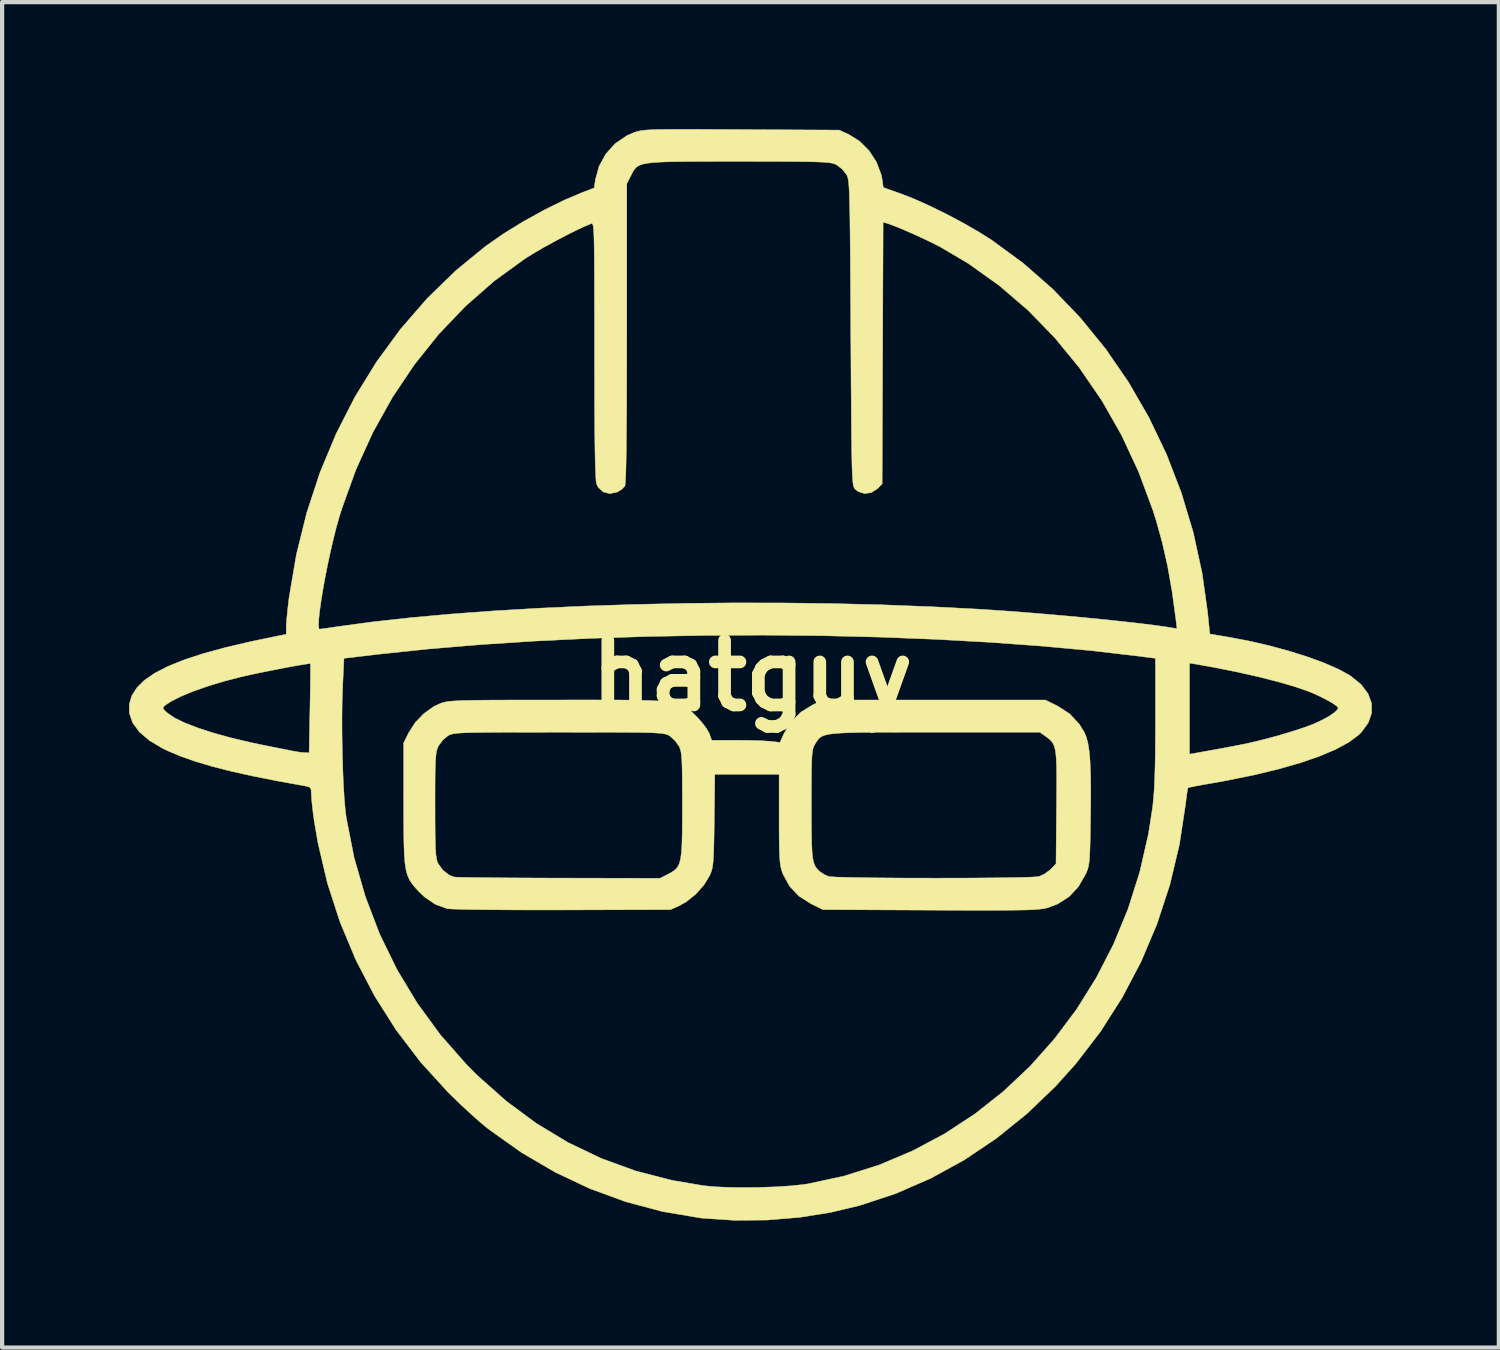
<source format=kicad_pcb>
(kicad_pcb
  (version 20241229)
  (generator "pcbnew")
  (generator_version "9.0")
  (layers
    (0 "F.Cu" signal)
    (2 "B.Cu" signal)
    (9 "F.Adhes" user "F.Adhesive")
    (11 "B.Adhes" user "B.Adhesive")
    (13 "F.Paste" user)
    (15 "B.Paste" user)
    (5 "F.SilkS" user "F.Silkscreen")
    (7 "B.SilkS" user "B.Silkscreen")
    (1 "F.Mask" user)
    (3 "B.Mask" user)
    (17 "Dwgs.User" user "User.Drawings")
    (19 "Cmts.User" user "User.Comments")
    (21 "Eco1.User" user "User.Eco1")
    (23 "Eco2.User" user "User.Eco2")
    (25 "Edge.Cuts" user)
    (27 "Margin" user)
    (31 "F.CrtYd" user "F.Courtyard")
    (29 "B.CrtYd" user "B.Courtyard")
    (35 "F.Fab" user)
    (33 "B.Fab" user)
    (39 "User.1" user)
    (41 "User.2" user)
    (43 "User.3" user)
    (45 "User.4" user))
  (footprint "hatguy"
    (layer "F.Cu")
    (at 14.719 12.913)
    (property "Reference" "hatguy" (at 0 0 0) (layer "F.SilkS") (effects (font (size 1.524 1.524) (thickness 0.3))))
    (attr through_hole)
    (fp_poly (pts (xy -3.528 0.572) (xy -3.117 0.573) (xy -2.77 0.577) (xy -2.48 0.583) (xy -2.242 0.593) (xy -2.049 0.608) (xy -1.893 0.628) (xy -1.768 0.654) (xy -1.667 0.687) (xy -1.584 0.728) (xy -1.512 0.777) (xy -1.444 0.836) (xy -1.374 0.905) (xy -1.308 0.971) (xy -1.185 1.107) (xy -1.081 1.245) (xy -1.017 1.357) (xy -1.014 1.366) (xy -0.957 1.524) (xy -0.362 1.524) (xy -0.125 1.526) (xy 0.101 1.531) (xy 0.293 1.539) (xy 0.428 1.548) (xy 0.445 1.55) (xy 0.656 1.574) (xy 0.755 1.355) (xy 0.921 1.086) (xy 1.153 0.857) (xy 1.433 0.684) (xy 1.672 0.572) (xy 6.923 0.572) (xy 7.207 0.711) (xy 7.498 0.898) (xy 7.727 1.144) (xy 7.847 1.34) (xy 7.894 1.455) (xy 7.931 1.6) (xy 7.96 1.784) (xy 7.98 2.015) (xy 7.992 2.302) (xy 7.997 2.653) (xy 7.996 3.076) (xy 7.993 3.277) (xy 7.988 3.628) (xy 7.983 3.905) (xy 7.977 4.119) (xy 7.969 4.282) (xy 7.958 4.404) (xy 7.943 4.496) (xy 7.924 4.569) (xy 7.9 4.634) (xy 7.882 4.676) (xy 7.705 4.983) (xy 7.483 5.22) (xy 7.211 5.393) (xy 6.978 5.48) (xy 6.92 5.494) (xy 6.851 5.506) (xy 6.762 5.516) (xy 6.646 5.525) (xy 6.499 5.531) (xy 6.311 5.535) (xy 6.077 5.538) (xy 5.79 5.54) (xy 5.442 5.54) (xy 5.028 5.54) (xy 4.54 5.538) (xy 4.207 5.536) (xy 1.67 5.524) (xy 1.387 5.385) (xy 1.1 5.202) (xy 0.88 4.967) (xy 0.723 4.677) (xy 0.716 4.659) (xy 0.691 4.583) (xy 0.671 4.501) (xy 0.657 4.401) (xy 0.647 4.27) (xy 0.64 4.097) (xy 0.637 3.87) (xy 0.635 3.576) (xy 0.635 3.386) (xy 0.635 3.04) (xy 1.397 3.04) (xy 1.398 3.422) (xy 1.4 3.73) (xy 1.405 3.973) (xy 1.414 4.16) (xy 1.429 4.301) (xy 1.45 4.405) (xy 1.479 4.482) (xy 1.517 4.543) (xy 1.566 4.596) (xy 1.6 4.627) (xy 1.706 4.698) (xy 1.805 4.74) (xy 1.875 4.748) (xy 2.02 4.756) (xy 2.231 4.762) (xy 2.498 4.767) (xy 2.811 4.772) (xy 3.162 4.775) (xy 3.539 4.778) (xy 3.935 4.779) (xy 4.339 4.78) (xy 4.742 4.779) (xy 5.134 4.778) (xy 5.507 4.775) (xy 5.849 4.772) (xy 6.152 4.767) (xy 6.406 4.762) (xy 6.602 4.755) (xy 6.73 4.748) (xy 6.776 4.741) (xy 6.905 4.682) (xy 7.031 4.589) (xy 7.051 4.57) (xy 7.176 4.44) (xy 7.188 3.11) (xy 7.191 2.716) (xy 7.192 2.397) (xy 7.189 2.145) (xy 7.181 1.949) (xy 7.167 1.8) (xy 7.144 1.69) (xy 7.112 1.608) (xy 7.069 1.545) (xy 7.013 1.492) (xy 6.944 1.44) (xy 6.933 1.432) (xy 6.795 1.333) (xy 4.318 1.333) (xy 3.778 1.333) (xy 3.316 1.334) (xy 2.926 1.335) (xy 2.601 1.338) (xy 2.334 1.344) (xy 2.119 1.352) (xy 1.95 1.364) (xy 1.82 1.38) (xy 1.722 1.402) (xy 1.65 1.429) (xy 1.597 1.462) (xy 1.557 1.503) (xy 1.523 1.551) (xy 1.488 1.607) (xy 1.48 1.621) (xy 1.456 1.665) (xy 1.438 1.715) (xy 1.424 1.783) (xy 1.413 1.878) (xy 1.406 2.01) (xy 1.401 2.189) (xy 1.399 2.424) (xy 1.397 2.726) (xy 1.397 3.04) (xy 0.635 3.04) (xy 0.635 2.328) (xy -0.884 2.328) (xy -0.897 3.418) (xy -0.901 3.753) (xy -0.906 4.014) (xy -0.912 4.215) (xy -0.921 4.365) (xy -0.933 4.478) (xy -0.949 4.564) (xy -0.971 4.636) (xy -0.999 4.705) (xy -1.008 4.724) (xy -1.145 4.949) (xy -1.339 5.164) (xy -1.563 5.342) (xy -1.714 5.427) (xy -1.926 5.524) (xy -4.487 5.532) (xy -4.952 5.532) (xy -5.394 5.532) (xy -5.806 5.53) (xy -6.181 5.527) (xy -6.509 5.523) (xy -6.784 5.519) (xy -6.998 5.513) (xy -7.142 5.507) (xy -7.208 5.5) (xy -7.488 5.398) (xy -7.738 5.228) (xy -7.879 5.093) (xy -7.968 4.996) (xy -8.04 4.906) (xy -8.099 4.814) (xy -8.144 4.71) (xy -8.178 4.585) (xy -8.202 4.43) (xy -8.218 4.234) (xy -8.227 3.989) (xy -8.232 3.684) (xy -8.234 3.311) (xy -8.234 3.05) (xy -7.493 3.05) (xy -7.492 3.417) (xy -7.49 3.708) (xy -7.486 3.935) (xy -7.48 4.107) (xy -7.47 4.233) (xy -7.457 4.325) (xy -7.44 4.39) (xy -7.424 4.429) (xy -7.313 4.587) (xy -7.16 4.707) (xy -7.048 4.753) (xy -6.991 4.757) (xy -6.858 4.761) (xy -6.655 4.764) (xy -6.391 4.768) (xy -6.074 4.771) (xy -5.712 4.774) (xy -5.313 4.776) (xy -4.885 4.778) (xy -4.57 4.779) (xy -2.177 4.784) (xy -1.991 4.688) (xy -1.9 4.639) (xy -1.827 4.589) (xy -1.77 4.528) (xy -1.727 4.448) (xy -1.695 4.338) (xy -1.674 4.189) (xy -1.661 3.992) (xy -1.654 3.738) (xy -1.651 3.418) (xy -1.651 3.058) (xy -1.651 2.697) (xy -1.653 2.411) (xy -1.656 2.189) (xy -1.662 2.021) (xy -1.67 1.897) (xy -1.682 1.807) (xy -1.698 1.739) (xy -1.719 1.685) (xy -1.732 1.66) (xy -1.821 1.534) (xy -1.936 1.43) (xy -1.954 1.418) (xy -1.986 1.4) (xy -2.023 1.385) (xy -2.071 1.373) (xy -2.138 1.362) (xy -2.229 1.354) (xy -2.352 1.347) (xy -2.514 1.342) (xy -2.721 1.339) (xy -2.98 1.336) (xy -3.298 1.335) (xy -3.681 1.334) (xy -4.136 1.334) (xy -4.572 1.333) (xy -5.092 1.334) (xy -5.535 1.334) (xy -5.906 1.335) (xy -6.213 1.337) (xy -6.463 1.339) (xy -6.661 1.343) (xy -6.816 1.348) (xy -6.933 1.355) (xy -7.019 1.364) (xy -7.082 1.375) (xy -7.128 1.388) (xy -7.164 1.403) (xy -7.19 1.418) (xy -7.305 1.514) (xy -7.401 1.64) (xy -7.412 1.66) (xy -7.436 1.711) (xy -7.454 1.771) (xy -7.468 1.849) (xy -7.478 1.955) (xy -7.485 2.1) (xy -7.49 2.294) (xy -7.492 2.548) (xy -7.493 2.871) (xy -7.493 3.05) (xy -8.234 3.05) (xy -8.234 3.027) (xy -8.234 1.587) (xy -8.115 1.346) (xy -7.961 1.105) (xy -7.754 0.891) (xy -7.519 0.724) (xy -7.354 0.649) (xy -7.303 0.633) (xy -7.245 0.619) (xy -7.174 0.607) (xy -7.081 0.598) (xy -6.961 0.59) (xy -6.807 0.584) (xy -6.611 0.58) (xy -6.368 0.576) (xy -6.069 0.574) (xy -5.709 0.573) (xy -5.281 0.572) (xy -4.777 0.572) (xy -4.572 0.572) (xy -4.011 0.571) (xy -3.528 0.572)) (stroke (width 0.01) (type solid)) (fill yes) (layer "F.SilkS"))
    (fp_poly (pts (xy -1.428 -12.908) (xy -1.052 -12.906) (xy -0.603 -12.904) (xy -0.259 -12.902) (xy 2.053 -12.89) (xy 2.274 -12.791) (xy 2.535 -12.629) (xy 2.76 -12.404) (xy 2.935 -12.135) (xy 3.046 -11.84) (xy 3.069 -11.725) (xy 3.097 -11.534) (xy 3.501 -11.391) (xy 3.828 -11.263) (xy 4.201 -11.096) (xy 4.595 -10.902) (xy 4.989 -10.693) (xy 5.358 -10.48) (xy 5.652 -10.295) (xy 6.401 -9.746) (xy 7.102 -9.131) (xy 7.752 -8.454) (xy 8.349 -7.72) (xy 8.888 -6.936) (xy 9.368 -6.106) (xy 9.785 -5.235) (xy 10.135 -4.328) (xy 10.417 -3.391) (xy 10.627 -2.428) (xy 10.757 -1.5) (xy 10.809 -0.988) (xy 11.257 -0.912) (xy 11.743 -0.82) (xy 12.223 -0.709) (xy 12.686 -0.583) (xy 13.117 -0.447) (xy 13.506 -0.305) (xy 13.837 -0.161) (xy 14.1 -0.018) (xy 14.142 0.009) (xy 14.384 0.207) (xy 14.546 0.422) (xy 14.629 0.648) (xy 14.632 0.879) (xy 14.553 1.109) (xy 14.392 1.33) (xy 14.324 1.398) (xy 14.096 1.568) (xy 13.789 1.735) (xy 13.406 1.898) (xy 12.953 2.055) (xy 12.433 2.204) (xy 11.851 2.344) (xy 11.212 2.474) (xy 10.838 2.541) (xy 10.637 2.576) (xy 10.469 2.607) (xy 10.35 2.631) (xy 10.295 2.645) (xy 10.294 2.646) (xy 10.282 2.692) (xy 10.265 2.802) (xy 10.246 2.955) (xy 10.239 3.014) (xy 10.091 3.988) (xy 9.865 4.938) (xy 9.563 5.86) (xy 9.188 6.748) (xy 8.742 7.597) (xy 8.228 8.403) (xy 7.647 9.16) (xy 7.168 9.694) (xy 6.488 10.346) (xy 5.767 10.928) (xy 5.007 11.438) (xy 4.213 11.873) (xy 3.389 12.232) (xy 2.538 12.513) (xy 1.856 12.676) (xy 1.115 12.794) (xy 0.347 12.857) (xy -0.419 12.864) (xy -1.155 12.815) (xy -1.24 12.805) (xy -2.121 12.656) (xy -2.987 12.425) (xy -3.833 12.115) (xy -4.654 11.728) (xy -5.444 11.266) (xy -6.198 10.731) (xy -6.31 10.643) (xy -6.466 10.512) (xy -6.66 10.338) (xy -6.874 10.139) (xy -7.087 9.934) (xy -7.197 9.825) (xy -7.836 9.123) (xy -8.411 8.368) (xy -8.921 7.562) (xy -9.363 6.713) (xy -9.735 5.823) (xy -10.035 4.899) (xy -10.259 3.945) (xy -10.348 3.424) (xy -10.376 3.217) (xy -10.398 3.023) (xy -10.411 2.868) (xy -10.414 2.801) (xy -10.42 2.69) (xy -10.45 2.635) (xy -10.524 2.61) (xy -10.552 2.605) (xy -11.215 2.485) (xy -11.801 2.369) (xy -12.316 2.254) (xy -12.767 2.139) (xy -13.162 2.021) (xy -13.507 1.899) (xy -13.81 1.772) (xy -13.929 1.714) (xy -14.241 1.528) (xy -14.478 1.326) (xy -14.636 1.109) (xy -14.714 0.88) (xy -14.714 0.778) (xy -13.915 0.778) (xy -13.865 0.834) (xy -13.805 0.887) (xy -13.639 0.999) (xy -13.398 1.115) (xy -13.089 1.234) (xy -12.722 1.353) (xy -12.304 1.468) (xy -11.844 1.577) (xy -11.493 1.65) (xy -11.266 1.695) (xy -11.063 1.735) (xy -10.901 1.767) (xy -10.798 1.788) (xy -10.774 1.792) (xy -10.664 1.809) (xy -10.578 1.815) (xy -10.467 1.82) (xy -10.451 0.958) (xy -9.691 0.958) (xy -9.69 1.359) (xy -9.684 1.767) (xy -9.673 2.167) (xy -9.658 2.543) (xy -9.638 2.879) (xy -9.614 3.16) (xy -9.591 3.344) (xy -9.404 4.296) (xy -9.14 5.213) (xy -8.804 6.094) (xy -8.395 6.934) (xy -7.915 7.731) (xy -7.367 8.481) (xy -6.751 9.182) (xy -6.493 9.441) (xy -5.81 10.048) (xy -5.095 10.577) (xy -4.346 11.028) (xy -3.564 11.402) (xy -2.746 11.699) (xy -1.893 11.919) (xy -1.143 12.046) (xy -0.877 12.071) (xy -0.549 12.085) (xy -0.184 12.09) (xy 0.198 12.085) (xy 0.573 12.071) (xy 0.918 12.048) (xy 1.211 12.018) (xy 1.312 12.003) (xy 2.171 11.817) (xy 3 11.555) (xy 3.794 11.219) (xy 4.551 10.815) (xy 5.268 10.344) (xy 5.941 9.812) (xy 6.567 9.22) (xy 7.143 8.573) (xy 7.665 7.875) (xy 8.13 7.129) (xy 8.536 6.338) (xy 8.878 5.506) (xy 9.154 4.637) (xy 9.36 3.734) (xy 9.459 3.097) (xy 9.479 2.904) (xy 9.496 2.681) (xy 9.508 2.417) (xy 9.517 2.103) (xy 9.521 1.852) (xy 10.329 1.852) (xy 10.89 1.752) (xy 11.131 1.708) (xy 11.373 1.662) (xy 11.588 1.62) (xy 11.747 1.587) (xy 11.748 1.586) (xy 12.057 1.512) (xy 12.384 1.425) (xy 12.703 1.331) (xy 12.992 1.238) (xy 13.225 1.153) (xy 13.258 1.14) (xy 13.452 1.051) (xy 13.622 0.958) (xy 13.753 0.868) (xy 13.829 0.794) (xy 13.843 0.761) (xy 13.807 0.715) (xy 13.709 0.647) (xy 13.567 0.566) (xy 13.397 0.48) (xy 13.216 0.399) (xy 13.123 0.362) (xy 12.802 0.252) (xy 12.41 0.139) (xy 11.962 0.025) (xy 11.469 -0.086) (xy 10.948 -0.191) (xy 10.488 -0.273) (xy 10.329 -0.3) (xy 10.329 1.852) (xy 9.521 1.852) (xy 9.522 1.729) (xy 9.525 1.284) (xy 9.525 1.081) (xy 9.525 -0.412) (xy 9.133 -0.463) (xy 8.025 -0.592) (xy 6.844 -0.701) (xy 5.604 -0.791) (xy 4.315 -0.862) (xy 2.987 -0.914) (xy 1.633 -0.947) (xy 0.264 -0.96) (xy -1.11 -0.953) (xy -2.477 -0.928) (xy -3.827 -0.883) (xy -5.147 -0.819) (xy -6.427 -0.735) (xy -7.656 -0.632) (xy -8.822 -0.509) (xy -8.875 -0.503) (xy -9.644 -0.412) (xy -9.674 0.241) (xy -9.686 0.58) (xy -9.691 0.958) (xy -10.451 0.958) (xy -10.447 0.773) (xy -10.442 0.484) (xy -10.438 0.225) (xy -10.436 0.007) (xy -10.434 -0.158) (xy -10.434 -0.259) (xy -10.436 -0.286) (xy -10.479 -0.285) (xy -10.591 -0.268) (xy -10.756 -0.24) (xy -10.96 -0.203) (xy -11.189 -0.159) (xy -11.427 -0.113) (xy -11.661 -0.065) (xy -11.875 -0.02) (xy -12.054 0.021) (xy -12.065 0.023) (xy -12.471 0.128) (xy -12.853 0.244) (xy -13.198 0.364) (xy -13.493 0.486) (xy -13.727 0.604) (xy -13.864 0.695) (xy -13.913 0.74) (xy -13.915 0.778) (xy -14.714 0.778) (xy -14.714 0.667) (xy -14.654 0.468) (xy -14.535 0.281) (xy -14.356 0.104) (xy -14.112 -0.063) (xy -13.802 -0.223) (xy -13.421 -0.376) (xy -12.967 -0.525) (xy -12.438 -0.669) (xy -11.829 -0.812) (xy -11.25 -0.932) (xy -11.007 -0.98) (xy -11.007 -1.158) (xy -11.006 -1.175) (xy -10.246 -1.175) (xy -10.233 -1.107) (xy -10.223 -1.101) (xy -10.175 -1.107) (xy -10.062 -1.122) (xy -9.903 -1.145) (xy -9.789 -1.162) (xy -8.968 -1.273) (xy -8.072 -1.372) (xy -7.11 -1.459) (xy -6.09 -1.534) (xy -5.021 -1.597) (xy -3.913 -1.648) (xy -2.774 -1.685) (xy -1.613 -1.71) (xy -0.438 -1.722) (xy 0.741 -1.72) (xy 1.916 -1.705) (xy 3.077 -1.676) (xy 4.217 -1.632) (xy 5.325 -1.575) (xy 5.482 -1.565) (xy 5.919 -1.536) (xy 6.388 -1.501) (xy 6.878 -1.461) (xy 7.374 -1.418) (xy 7.865 -1.372) (xy 8.337 -1.326) (xy 8.777 -1.279) (xy 9.174 -1.234) (xy 9.513 -1.192) (xy 9.782 -1.154) (xy 9.811 -1.149) (xy 10.034 -1.113) (xy 10.008 -1.329) (xy 9.918 -1.991) (xy 9.812 -2.591) (xy 9.686 -3.149) (xy 9.536 -3.687) (xy 9.463 -3.916) (xy 9.124 -4.826) (xy 8.72 -5.691) (xy 8.254 -6.509) (xy 7.728 -7.275) (xy 7.147 -7.985) (xy 6.514 -8.635) (xy 5.83 -9.222) (xy 5.1 -9.742) (xy 4.445 -10.129) (xy 4.259 -10.224) (xy 4.038 -10.33) (xy 3.802 -10.438) (xy 3.572 -10.538) (xy 3.37 -10.621) (xy 3.217 -10.678) (xy 3.186 -10.687) (xy 3.092 -10.716) (xy 3.069 -4.532) (xy 2.954 -4.416) (xy 2.813 -4.327) (xy 2.655 -4.304) (xy 2.505 -4.35) (xy 2.439 -4.4) (xy 2.424 -4.416) (xy 2.41 -4.437) (xy 2.398 -4.465) (xy 2.387 -4.508) (xy 2.378 -4.571) (xy 2.37 -4.659) (xy 2.364 -4.777) (xy 2.358 -4.931) (xy 2.353 -5.126) (xy 2.349 -5.368) (xy 2.345 -5.662) (xy 2.342 -6.014) (xy 2.339 -6.429) (xy 2.335 -6.912) (xy 2.332 -7.469) (xy 2.328 -8.097) (xy 2.325 -8.734) (xy 2.321 -9.29) (xy 2.318 -9.774) (xy 2.314 -10.189) (xy 2.311 -10.541) (xy 2.307 -10.837) (xy 2.302 -11.081) (xy 2.297 -11.278) (xy 2.292 -11.435) (xy 2.285 -11.557) (xy 2.277 -11.65) (xy 2.268 -11.718) (xy 2.257 -11.768) (xy 2.245 -11.805) (xy 2.231 -11.834) (xy 2.223 -11.849) (xy 2.125 -11.968) (xy 2.001 -12.065) (xy 1.99 -12.071) (xy 1.953 -12.088) (xy 1.908 -12.103) (xy 1.849 -12.116) (xy 1.767 -12.125) (xy 1.656 -12.133) (xy 1.508 -12.139) (xy 1.316 -12.143) (xy 1.072 -12.146) (xy 0.77 -12.148) (xy 0.402 -12.149) (xy -0.039 -12.15) (xy -0.318 -12.15) (xy -0.825 -12.15) (xy -1.255 -12.149) (xy -1.615 -12.147) (xy -1.91 -12.143) (xy -2.149 -12.135) (xy -2.338 -12.123) (xy -2.484 -12.106) (xy -2.595 -12.083) (xy -2.676 -12.052) (xy -2.736 -12.014) (xy -2.78 -11.967) (xy -2.816 -11.91) (xy -2.852 -11.842) (xy -2.868 -11.809) (xy -2.963 -11.624) (xy -2.963 -8.095) (xy -2.964 -7.383) (xy -2.965 -6.755) (xy -2.967 -6.207) (xy -2.971 -5.738) (xy -2.975 -5.346) (xy -2.98 -5.03) (xy -2.986 -4.786) (xy -2.994 -4.615) (xy -3.002 -4.513) (xy -3.009 -4.481) (xy -3.078 -4.407) (xy -3.186 -4.341) (xy -3.2 -4.335) (xy -3.368 -4.303) (xy -3.52 -4.344) (xy -3.636 -4.449) (xy -3.677 -4.531) (xy -3.688 -4.592) (xy -3.696 -4.711) (xy -3.704 -4.893) (xy -3.711 -5.141) (xy -3.716 -5.457) (xy -3.72 -5.844) (xy -3.723 -6.306) (xy -3.724 -6.846) (xy -3.725 -7.467) (xy -3.725 -7.688) (xy -3.725 -8.267) (xy -3.726 -8.767) (xy -3.727 -9.193) (xy -3.728 -9.552) (xy -3.73 -9.849) (xy -3.733 -10.09) (xy -3.736 -10.281) (xy -3.741 -10.426) (xy -3.748 -10.533) (xy -3.755 -10.606) (xy -3.764 -10.652) (xy -3.775 -10.676) (xy -3.788 -10.684) (xy -3.799 -10.682) (xy -3.953 -10.619) (xy -4.16 -10.522) (xy -4.401 -10.401) (xy -4.659 -10.265) (xy -4.915 -10.125) (xy -5.149 -9.989) (xy -5.344 -9.869) (xy -5.355 -9.862) (xy -6.087 -9.332) (xy -6.769 -8.735) (xy -7.401 -8.075) (xy -7.978 -7.354) (xy -8.499 -6.578) (xy -8.961 -5.749) (xy -9.36 -4.872) (xy -9.694 -3.949) (xy -9.751 -3.766) (xy -9.823 -3.513) (xy -9.894 -3.231) (xy -9.964 -2.928) (xy -10.031 -2.617) (xy -10.092 -2.308) (xy -10.145 -2.012) (xy -10.189 -1.74) (xy -10.222 -1.502) (xy -10.241 -1.31) (xy -10.246 -1.175) (xy -11.006 -1.175) (xy -11.001 -1.272) (xy -10.986 -1.445) (xy -10.964 -1.653) (xy -10.941 -1.843) (xy -10.769 -2.859) (xy -10.525 -3.845) (xy -10.212 -4.798) (xy -9.83 -5.714) (xy -9.384 -6.588) (xy -8.874 -7.415) (xy -8.305 -8.192) (xy -7.678 -8.914) (xy -6.995 -9.577) (xy -6.303 -10.143) (xy -5.883 -10.437) (xy -5.411 -10.728) (xy -4.917 -11.001) (xy -4.429 -11.241) (xy -4.036 -11.407) (xy -3.733 -11.525) (xy -3.704 -11.721) (xy -3.616 -12.04) (xy -3.457 -12.328) (xy -3.237 -12.571) (xy -2.966 -12.756) (xy -2.819 -12.822) (xy -2.764 -12.842) (xy -2.71 -12.859) (xy -2.649 -12.873) (xy -2.575 -12.884) (xy -2.479 -12.893) (xy -2.355 -12.899) (xy -2.195 -12.904) (xy -1.992 -12.906) (xy -1.739 -12.908) (xy -1.428 -12.908)) (stroke (width 0.01) (type solid)) (fill yes) (layer "F.SilkS")))
  (gr_rect
    (start -3 -3)
    (end 32.356 28.782)
    (stroke (width 0.1) (type default))
    (fill no)
    (layer "Edge.Cuts")))
</source>
